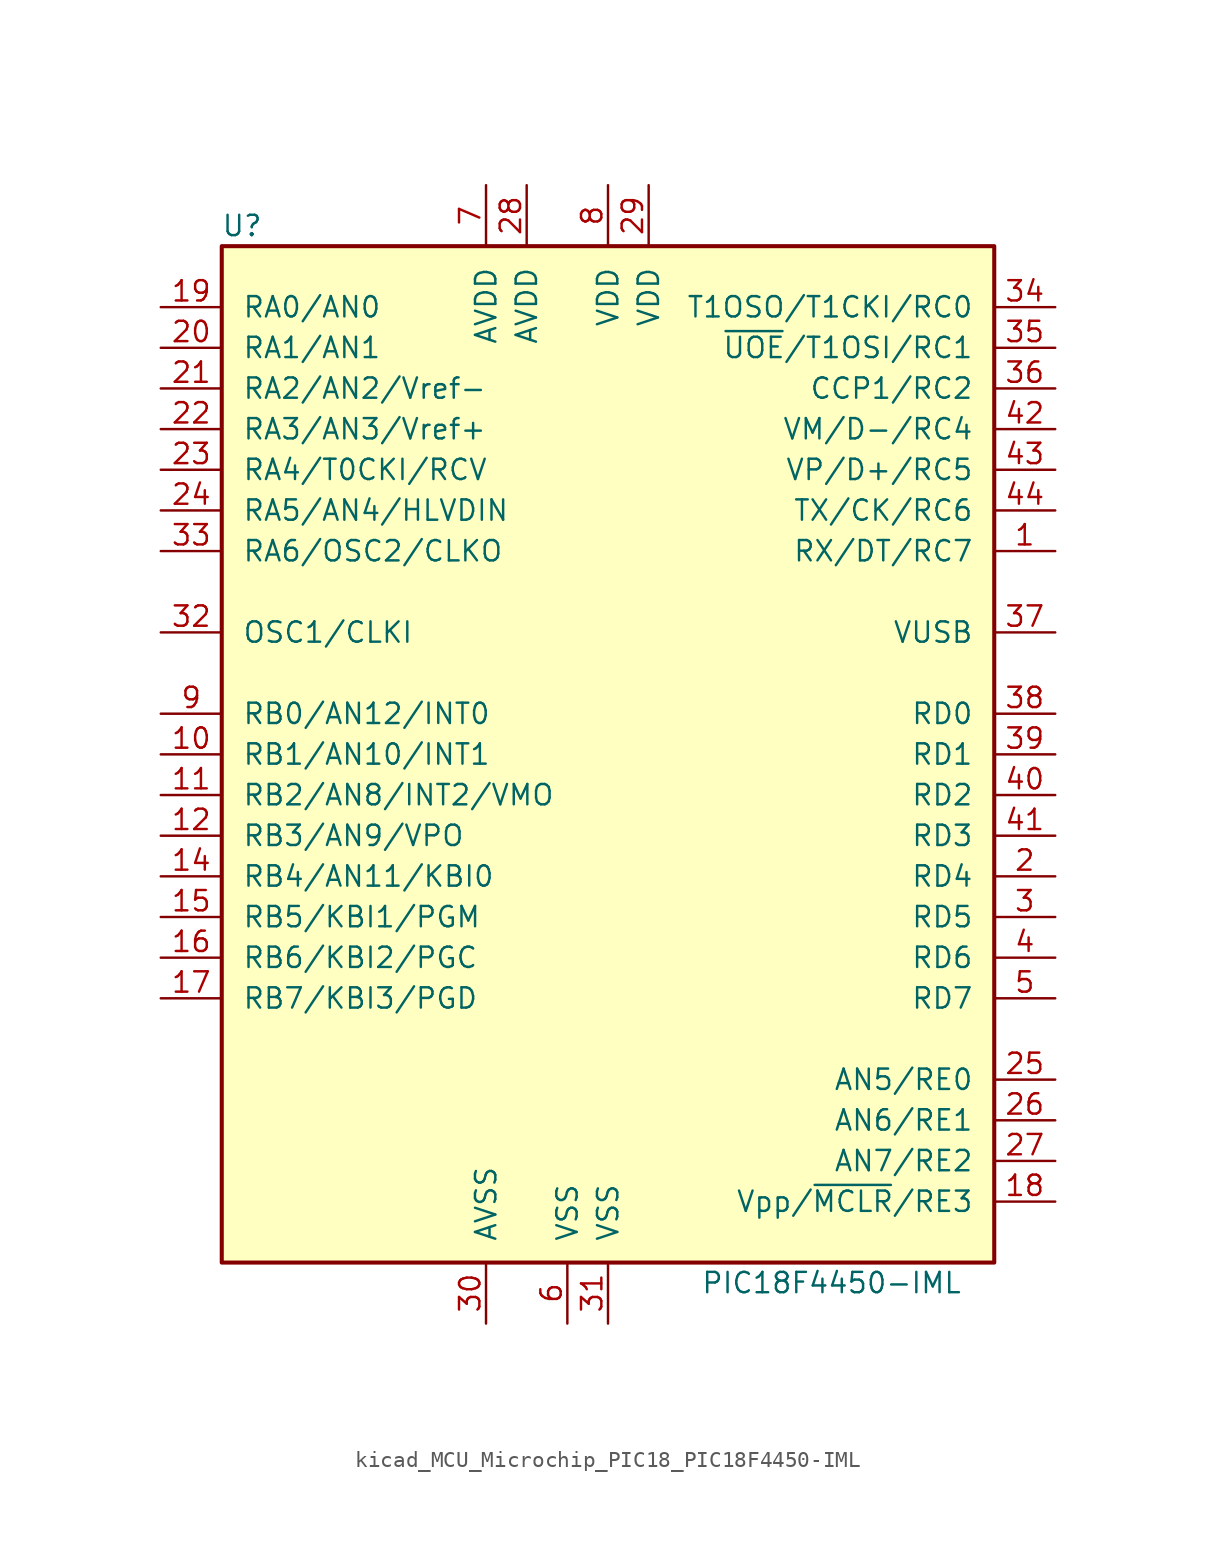
<source format=kicad_sym>
(kicad_symbol_lib
  (version 20220914)
  (generator kicad_symbol_editor)
  (symbol "kicad_MCU_Microchip_PIC18_PIC18F4450-IML"
    (pin_names
      (offset 1.27))
    (property "Reference" "U"
      (at -22.86 33.02 0)
      (effects (font (size 1.27 1.27))))
    (property "Value" "PIC18F4450-IML"
      (at 13.97 -33.02 0)
      (effects (font (size 1.27 1.27))))
    (symbol "kicad_MCU_Microchip_PIC18_PIC18F4450-IML_0_1"
      (rectangle (start -24.13 31.75) (end 24.13 -31.75) (stroke (width 0.254) (type default)) (fill (type background))))
    (symbol "kicad_MCU_Microchip_PIC18_PIC18F4450-IML_1_1"
      (pin bidirectional line (at 27.94 12.7 180) (length 3.81) (name "RX/DT/RC7" (effects (font (size 1.27 1.27)))) (number "1" (effects (font (size 1.27 1.27)))))
      (pin bidirectional line (at -27.94 0 0) (length 3.81) (name "RB1/AN10/INT1" (effects (font (size 1.27 1.27)))) (number "10" (effects (font (size 1.27 1.27)))))
      (pin bidirectional line (at -27.94 -2.54 0) (length 3.81) (name "RB2/AN8/INT2/VMO" (effects (font (size 1.27 1.27)))) (number "11" (effects (font (size 1.27 1.27)))))
      (pin bidirectional line (at -27.94 -5.08 0) (length 3.81) (name "RB3/AN9/VPO" (effects (font (size 1.27 1.27)))) (number "12" (effects (font (size 1.27 1.27)))))
      (pin no_connect line (at -12.7 -31.75 90) (length 3.81) hide (name "NC" (effects (font (size 1.27 1.27)))) (number "13" (effects (font (size 1.27 1.27)))))
      (pin bidirectional line (at -27.94 -7.62 0) (length 3.81) (name "RB4/AN11/KBI0" (effects (font (size 1.27 1.27)))) (number "14" (effects (font (size 1.27 1.27)))))
      (pin bidirectional line (at -27.94 -10.16 0) (length 3.81) (name "RB5/KBI1/PGM" (effects (font (size 1.27 1.27)))) (number "15" (effects (font (size 1.27 1.27)))))
      (pin bidirectional line (at -27.94 -12.7 0) (length 3.81) (name "RB6/KBI2/PGC" (effects (font (size 1.27 1.27)))) (number "16" (effects (font (size 1.27 1.27)))))
      (pin bidirectional line (at -27.94 -15.24 0) (length 3.81) (name "RB7/KBI3/PGD" (effects (font (size 1.27 1.27)))) (number "17" (effects (font (size 1.27 1.27)))))
      (pin input line (at 27.94 -27.94 180) (length 3.81) (name "Vpp/~{MCLR}/RE3" (effects (font (size 1.27 1.27)))) (number "18" (effects (font (size 1.27 1.27)))))
      (pin bidirectional line (at -27.94 27.94 0) (length 3.81) (name "RA0/AN0" (effects (font (size 1.27 1.27)))) (number "19" (effects (font (size 1.27 1.27)))))
      (pin bidirectional line (at 27.94 -7.62 180) (length 3.81) (name "RD4" (effects (font (size 1.27 1.27)))) (number "2" (effects (font (size 1.27 1.27)))))
      (pin bidirectional line (at -27.94 25.4 0) (length 3.81) (name "RA1/AN1" (effects (font (size 1.27 1.27)))) (number "20" (effects (font (size 1.27 1.27)))))
      (pin bidirectional line (at -27.94 22.86 0) (length 3.81) (name "RA2/AN2/Vref-" (effects (font (size 1.27 1.27)))) (number "21" (effects (font (size 1.27 1.27)))))
      (pin bidirectional line (at -27.94 20.32 0) (length 3.81) (name "RA3/AN3/Vref+" (effects (font (size 1.27 1.27)))) (number "22" (effects (font (size 1.27 1.27)))))
      (pin bidirectional line (at -27.94 17.78 0) (length 3.81) (name "RA4/T0CKI/RCV" (effects (font (size 1.27 1.27)))) (number "23" (effects (font (size 1.27 1.27)))))
      (pin bidirectional line (at -27.94 15.24 0) (length 3.81) (name "RA5/AN4/HLVDIN" (effects (font (size 1.27 1.27)))) (number "24" (effects (font (size 1.27 1.27)))))
      (pin bidirectional line (at 27.94 -20.32 180) (length 3.81) (name "AN5/RE0" (effects (font (size 1.27 1.27)))) (number "25" (effects (font (size 1.27 1.27)))))
      (pin bidirectional line (at 27.94 -22.86 180) (length 3.81) (name "AN6/RE1" (effects (font (size 1.27 1.27)))) (number "26" (effects (font (size 1.27 1.27)))))
      (pin bidirectional line (at 27.94 -25.4 180) (length 3.81) (name "AN7/RE2" (effects (font (size 1.27 1.27)))) (number "27" (effects (font (size 1.27 1.27)))))
      (pin power_in line (at -5.08 35.56 270) (length 3.81) (name "AVDD" (effects (font (size 1.27 1.27)))) (number "28" (effects (font (size 1.27 1.27)))))
      (pin power_in line (at 2.54 35.56 270) (length 3.81) (name "VDD" (effects (font (size 1.27 1.27)))) (number "29" (effects (font (size 1.27 1.27)))))
      (pin bidirectional line (at 27.94 -10.16 180) (length 3.81) (name "RD5" (effects (font (size 1.27 1.27)))) (number "3" (effects (font (size 1.27 1.27)))))
      (pin power_in line (at -7.62 -35.56 90) (length 3.81) (name "AVSS" (effects (font (size 1.27 1.27)))) (number "30" (effects (font (size 1.27 1.27)))))
      (pin power_in line (at 0 -35.56 90) (length 3.81) (name "VSS" (effects (font (size 1.27 1.27)))) (number "31" (effects (font (size 1.27 1.27)))))
      (pin input line (at -27.94 7.62 0) (length 3.81) (name "OSC1/CLKI" (effects (font (size 1.27 1.27)))) (number "32" (effects (font (size 1.27 1.27)))))
      (pin output line (at -27.94 12.7 0) (length 3.81) (name "RA6/OSC2/CLKO" (effects (font (size 1.27 1.27)))) (number "33" (effects (font (size 1.27 1.27)))))
      (pin bidirectional line (at 27.94 27.94 180) (length 3.81) (name "T1OSO/T1CKI/RC0" (effects (font (size 1.27 1.27)))) (number "34" (effects (font (size 1.27 1.27)))))
      (pin bidirectional line (at 27.94 25.4 180) (length 3.81) (name "~{UOE}/T1OSI/RC1" (effects (font (size 1.27 1.27)))) (number "35" (effects (font (size 1.27 1.27)))))
      (pin bidirectional line (at 27.94 22.86 180) (length 3.81) (name "CCP1/RC2" (effects (font (size 1.27 1.27)))) (number "36" (effects (font (size 1.27 1.27)))))
      (pin bidirectional line (at 27.94 7.62 180) (length 3.81) (name "VUSB" (effects (font (size 1.27 1.27)))) (number "37" (effects (font (size 1.27 1.27)))))
      (pin bidirectional line (at 27.94 2.54 180) (length 3.81) (name "RD0" (effects (font (size 1.27 1.27)))) (number "38" (effects (font (size 1.27 1.27)))))
      (pin bidirectional line (at 27.94 0 180) (length 3.81) (name "RD1" (effects (font (size 1.27 1.27)))) (number "39" (effects (font (size 1.27 1.27)))))
      (pin bidirectional line (at 27.94 -12.7 180) (length 3.81) (name "RD6" (effects (font (size 1.27 1.27)))) (number "4" (effects (font (size 1.27 1.27)))))
      (pin bidirectional line (at 27.94 -2.54 180) (length 3.81) (name "RD2" (effects (font (size 1.27 1.27)))) (number "40" (effects (font (size 1.27 1.27)))))
      (pin bidirectional line (at 27.94 -5.08 180) (length 3.81) (name "RD3" (effects (font (size 1.27 1.27)))) (number "41" (effects (font (size 1.27 1.27)))))
      (pin bidirectional line (at 27.94 20.32 180) (length 3.81) (name "VM/D-/RC4" (effects (font (size 1.27 1.27)))) (number "42" (effects (font (size 1.27 1.27)))))
      (pin bidirectional line (at 27.94 17.78 180) (length 3.81) (name "VP/D+/RC5" (effects (font (size 1.27 1.27)))) (number "43" (effects (font (size 1.27 1.27)))))
      (pin bidirectional line (at 27.94 15.24 180) (length 3.81) (name "TX/CK/RC6" (effects (font (size 1.27 1.27)))) (number "44" (effects (font (size 1.27 1.27)))))
      (pin bidirectional line (at 27.94 -15.24 180) (length 3.81) (name "RD7" (effects (font (size 1.27 1.27)))) (number "5" (effects (font (size 1.27 1.27)))))
      (pin power_in line (at -2.54 -35.56 90) (length 3.81) (name "VSS" (effects (font (size 1.27 1.27)))) (number "6" (effects (font (size 1.27 1.27)))))
      (pin power_in line (at -7.62 35.56 270) (length 3.81) (name "AVDD" (effects (font (size 1.27 1.27)))) (number "7" (effects (font (size 1.27 1.27)))))
      (pin power_in line (at 0 35.56 270) (length 3.81) (name "VDD" (effects (font (size 1.27 1.27)))) (number "8" (effects (font (size 1.27 1.27)))))
      (pin bidirectional line (at -27.94 2.54 0) (length 3.81) (name "RB0/AN12/INT0" (effects (font (size 1.27 1.27)))) (number "9" (effects (font (size 1.27 1.27))))))))
</source>
